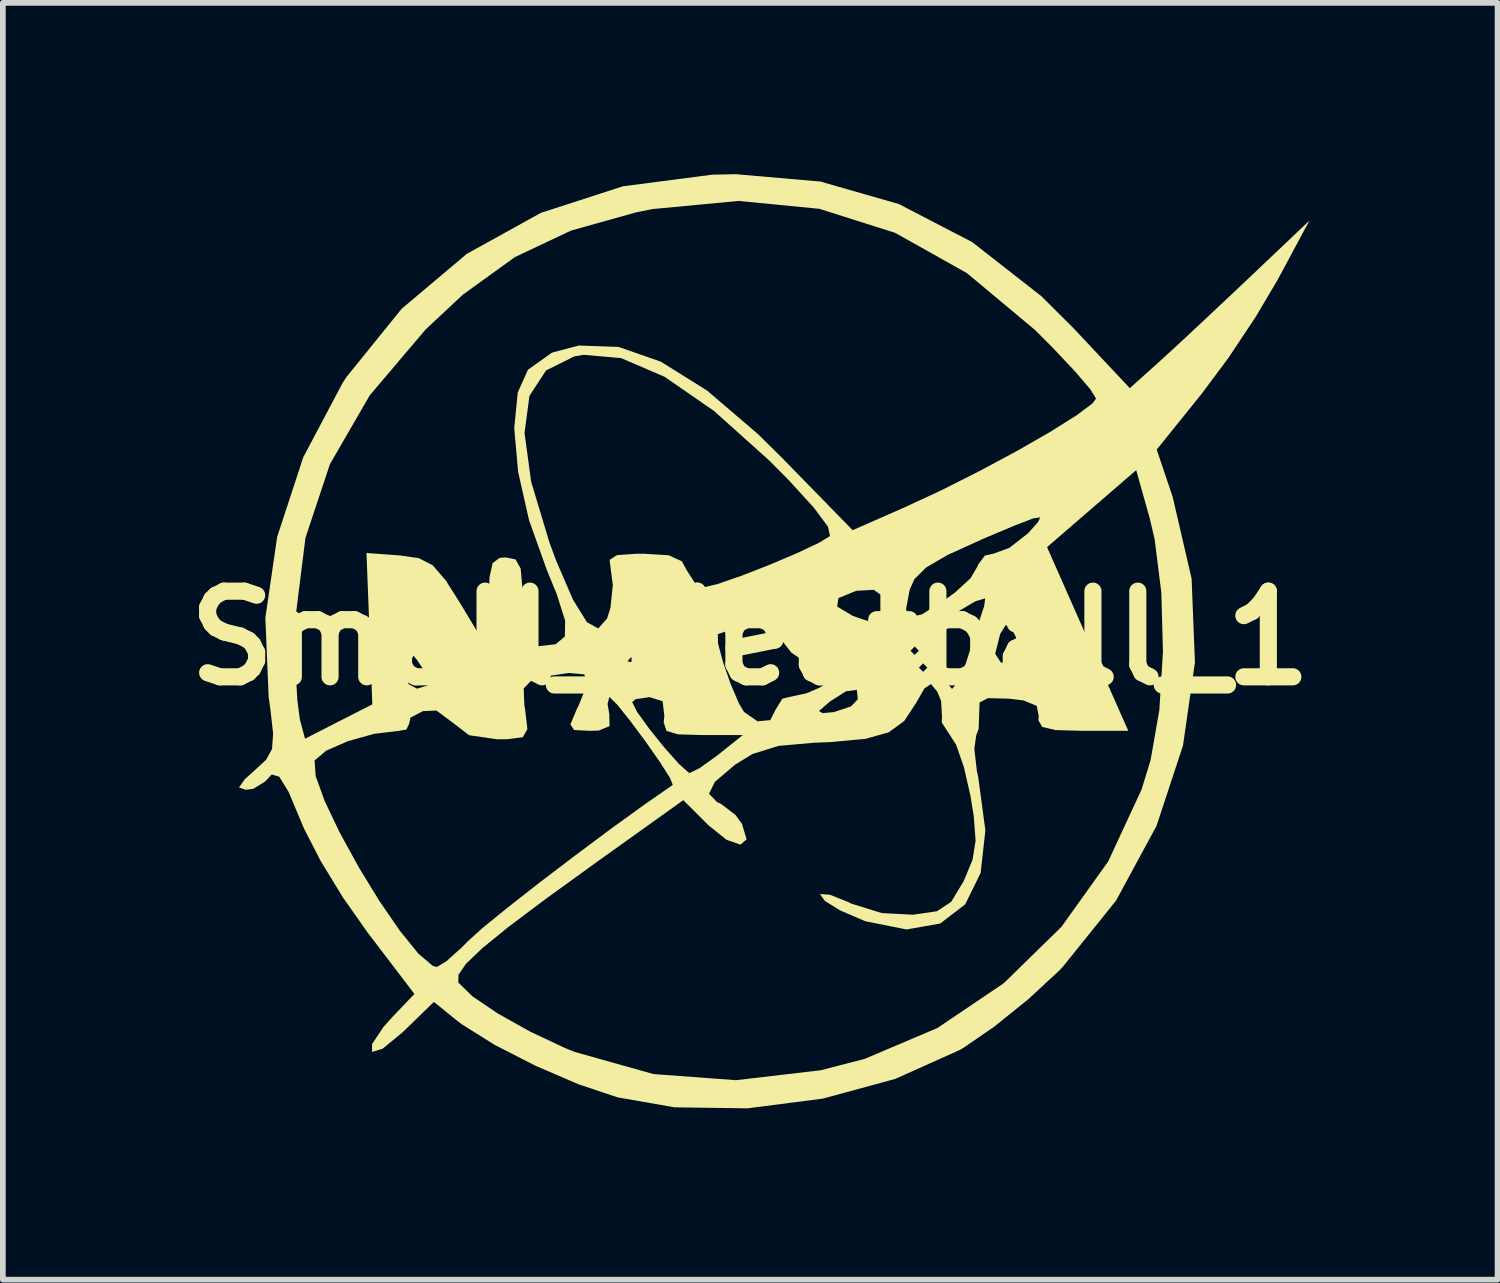
<source format=kicad_pcb>
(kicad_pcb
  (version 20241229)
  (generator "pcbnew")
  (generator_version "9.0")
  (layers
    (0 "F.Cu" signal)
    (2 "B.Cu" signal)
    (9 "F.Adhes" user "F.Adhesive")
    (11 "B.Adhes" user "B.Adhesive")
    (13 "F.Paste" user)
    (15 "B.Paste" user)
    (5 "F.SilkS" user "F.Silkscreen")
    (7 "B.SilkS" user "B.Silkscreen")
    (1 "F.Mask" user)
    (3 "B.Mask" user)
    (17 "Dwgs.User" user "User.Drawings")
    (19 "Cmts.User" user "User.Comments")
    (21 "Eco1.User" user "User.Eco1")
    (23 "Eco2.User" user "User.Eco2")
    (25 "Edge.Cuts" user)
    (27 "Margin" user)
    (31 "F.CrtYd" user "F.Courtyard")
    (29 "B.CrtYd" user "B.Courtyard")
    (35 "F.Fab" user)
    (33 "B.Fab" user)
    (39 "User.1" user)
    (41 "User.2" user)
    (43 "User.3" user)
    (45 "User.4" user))
  (footprint "Small_Meatball_1"
    (layer "F.Cu")
    (at 10.086 8.122)
    (property "Reference" "Small_Meatball_1" (at 0 0 0) (layer "F.SilkS") (effects (font (size 1.5 1.5) (thickness 0.3))))
    (attr board_only exclude_from_pos_files exclude_from_bom)
    (fp_poly (pts (xy 1.229 -7.993) (xy 2.603 -7.599) (xy 3.886 -6.933) (xy 5.095 -5.988) (xy 5.649 -5.437) (xy 6.646 -4.376) (xy 7.126 -4.806) (xy 7.444 -5.097) (xy 7.901 -5.523) (xy 8.422 -6.012) (xy 8.698 -6.273) (xy 9.791 -7.31) (xy 9.236 -6.276) (xy 8.851 -5.625) (xy 8.373 -4.907) (xy 7.904 -4.277) (xy 7.899 -4.271) (xy 7.117 -3.3) (xy 7.396 -2.474) (xy 7.728 -1.04) (xy 7.786 0.426) (xy 7.577 1.883) (xy 7.114 3.287) (xy 6.405 4.597) (xy 5.462 5.769) (xy 5.41 5.822) (xy 4.868 6.324) (xy 4.272 6.804) (xy 3.737 7.172) (xy 3.67 7.211) (xy 2.539 7.719) (xy 1.269 8.064) (xy -0.049 8.234) (xy -1.326 8.216) (xy -2.322 8.042) (xy -3.006 7.813) (xy -3.761 7.488) (xy -4.478 7.121) (xy -5.049 6.763) (xy -5.169 6.671) (xy -5.538 6.37) (xy -6.092 6.907) (xy -6.437 7.19) (xy -6.621 7.247) (xy -6.622 7.109) (xy -6.421 6.808) (xy -6.262 6.631) (xy -5.88 6.231) (xy -6.036 6.026) (xy -5.112 6.026) (xy -5.105 6.038) (xy -4.864 6.273) (xy -4.424 6.571) (xy -3.862 6.886) (xy -3.254 7.173) (xy -3.072 7.247) (xy -1.694 7.634) (xy -0.249 7.741) (xy 1.235 7.567) (xy 2.004 7.368) (xy 3.276 6.828) (xy 4.438 6.044) (xy 5.448 5.057) (xy 6.267 3.912) (xy 6.853 2.649) (xy 7.01 2.136) (xy 7.163 1.26) (xy 7.226 0.243) (xy 7.198 -0.794) (xy 7.081 -1.728) (xy 6.997 -2.088) (xy 6.758 -2.94) (xy 5.977 -2.266) (xy 5.197 -1.592) (xy 5.908 0.016) (xy 6.619 1.624) (xy 5.813 1.624) (xy 5.347 1.611) (xy 5.113 1.556) (xy 5.045 1.438) (xy 5.051 1.366) (xy 5.015 1.186) (xy 4.784 1.092) (xy 4.53 1.061) (xy 4.163 1.052) (xy 4.016 1.127) (xy 4.01 1.283) (xy 3.999 1.593) (xy 3.956 1.706) (xy 3.924 1.939) (xy 3.968 2.326) (xy 3.993 2.445) (xy 4.117 3.367) (xy 4.034 4.112) (xy 3.764 4.662) (xy 3.326 4.998) (xy 2.736 5.102) (xy 2.015 4.958) (xy 1.574 4.768) (xy 1.307 4.603) (xy 1.224 4.488) (xy 1.228 4.482) (xy 1.394 4.494) (xy 1.706 4.618) (xy 1.767 4.649) (xy 2.303 4.815) (xy 2.851 4.844) (xy 3.269 4.783) (xy 3.519 4.618) (xy 3.731 4.265) (xy 3.744 4.24) (xy 3.892 3.883) (xy 3.946 3.547) (xy 3.913 3.115) (xy 3.856 2.763) (xy 3.741 2.259) (xy 3.605 1.869) (xy 3.496 1.698) (xy 3.353 1.478) (xy 3.357 1.372) (xy 3.342 1.102) (xy 3.276 0.94) (xy 3.165 0.805) (xy 3.049 0.882) (xy 2.898 1.146) (xy 2.695 1.453) (xy 2.425 1.65) (xy 2.02 1.764) (xy 1.413 1.821) (xy 1.123 1.832) (xy 0.495 1.888) (xy 0.041 2.029) (xy -0.262 2.214) (xy -0.619 2.517) (xy -0.722 2.726) (xy -0.581 2.872) (xy -0.513 2.902) (xy -0.256 3.099) (xy -0.143 3.257) (xy -0.064 3.525) (xy -0.172 3.617) (xy -0.415 3.532) (xy -0.735 3.275) (xy -1.172 2.838) (xy -2.69 3.923) (xy -3.572 4.561) (xy -4.232 5.056) (xy -4.692 5.43) (xy -4.976 5.702) (xy -5.108 5.894) (xy -5.112 6.026) (xy -6.036 6.026) (xy -6.707 5.146) (xy -7.131 4.542) (xy -7.523 3.9) (xy -7.812 3.337) (xy -7.865 3.212) (xy -8.083 2.693) (xy -8.246 2.428) (xy -8.379 2.388) (xy -8.491 2.51) (xy -8.702 2.64) (xy -8.832 2.657) (xy -8.951 2.616) (xy -8.848 2.468) (xy -8.687 2.325) (xy -8.495 2.148) (xy -7.628 2.148) (xy -7.609 2.416) (xy -7.451 2.854) (xy -7.189 3.403) (xy -6.859 4.005) (xy -6.496 4.599) (xy -6.134 5.126) (xy -5.81 5.526) (xy -5.559 5.739) (xy -5.488 5.759) (xy -5.323 5.661) (xy -5.049 5.415) (xy -4.938 5.302) (xy -4.69 5.079) (xy -4.259 4.728) (xy -3.702 4.291) (xy -3.075 3.814) (xy -2.437 3.338) (xy -1.842 2.908) (xy -1.356 2.571) (xy -1.406 2.447) (xy -1.584 2.167) (xy -1.834 1.81) (xy -2.101 1.451) (xy -2.328 1.167) (xy -2.372 1.123) (xy -2.067 1.123) (xy -1.981 1.293) (xy -1.769 1.587) (xy -1.502 1.919) (xy -1.248 2.204) (xy -1.079 2.355) (xy -1.058 2.362) (xy -0.888 2.278) (xy -0.598 2.071) (xy -0.545 2.03) (xy -0.13 1.698) (xy -0.84 1.698) (xy -1.266 1.686) (xy -1.467 1.624) (xy -1.515 1.478) (xy -1.504 1.366) (xy -1.534 1.106) (xy -1.762 1.034) (xy -1.763 1.034) (xy -2.008 1.07) (xy -2.067 1.123) (xy -2.372 1.123) (xy -2.46 1.036) (xy -2.468 1.034) (xy -2.498 1.153) (xy -2.468 1.329) (xy -2.463 1.542) (xy -2.651 1.619) (xy -2.808 1.624) (xy -3.083 1.61) (xy -3.149 1.513) (xy -3.04 1.251) (xy -3.001 1.172) (xy -2.855 0.81) (xy -2.906 0.635) (xy -3.184 0.611) (xy -3.481 0.657) (xy -3.833 0.743) (xy -3.967 0.883) (xy -3.955 1.174) (xy -3.94 1.265) (xy -3.902 1.593) (xy -3.982 1.736) (xy -4.254 1.771) (xy -4.431 1.772) (xy -4.923 1.701) (xy -5.206 1.483) (xy -5.494 1.269) (xy -5.73 1.279) (xy -5.949 1.392) (xy -5.97 1.494) (xy -6.02 1.602) (xy -6.157 1.625) (xy -6.586 1.677) (xy -7.044 1.805) (xy -7.426 1.972) (xy -7.625 2.141) (xy -7.628 2.148) (xy -8.495 2.148) (xy -8.478 2.132) (xy -8.373 1.943) (xy -8.354 1.67) (xy -8.405 1.221) (xy -8.432 1.035) (xy -8.475 0) (xy -7.971 0) (xy -7.959 0.588) (xy -7.929 1.096) (xy -7.886 1.421) (xy -7.883 1.435) (xy -7.795 1.762) (xy -7.206 1.461) (xy -6.617 1.161) (xy -6.643 0.489) (xy -6.055 0.489) (xy -5.982 0.807) (xy -5.833 0.886) (xy -5.639 0.826) (xy -5.616 0.775) (xy -5.7 0.583) (xy -5.818 0.408) (xy -2.151 0.408) (xy -2.006 0.431) (xy -1.814 0.404) (xy -1.812 0.354) (xy -2.01 0.319) (xy -2.095 0.342) (xy -2.151 0.408) (xy -5.818 0.408) (xy -5.838 0.378) (xy -5.994 0.194) (xy -6.049 0.257) (xy -6.055 0.489) (xy -6.643 0.489) (xy -6.668 -0.165) (xy -6.719 -1.49) (xy -6.137 -1.447) (xy -5.802 -1.399) (xy -5.56 -1.275) (xy -5.332 -1.011) (xy -5.067 -0.591) (xy -4.579 0.222) (xy -4.579 -0.596) (xy -4.565 -1.067) (xy -4.51 -1.313) (xy -4.388 -1.404) (xy -4.283 -1.413) (xy -4.109 -1.377) (xy -4.02 -1.219) (xy -3.989 -0.87) (xy -3.987 -0.633) (xy -3.971 -0.169) (xy -3.906 0.068) (xy -3.772 0.144) (xy -3.729 0.145) (xy -3.407 0.108) (xy -3.246 -0.027) (xy -3.245 -0.066) (xy -0.568 -0.066) (xy -0.564 0.095) (xy -0.477 0.42) (xy -0.343 0.804) (xy -0.2 1.14) (xy -0.11 1.292) (xy 0.127 1.457) (xy 0.351 1.437) (xy 0.432 1.277) (xy 1.204 1.277) (xy 1.268 1.315) (xy 1.465 1.296) (xy 1.764 1.197) (xy 1.884 1.071) (xy 1.866 0.906) (xy 1.674 0.933) (xy 1.394 1.112) (xy 1.204 1.277) (xy 0.432 1.277) (xy 0.443 1.255) (xy 0.562 1.062) (xy 0.674 1.034) (xy 0.987 0.966) (xy 1.211 0.87) (xy 1.397 0.752) (xy 1.371 0.653) (xy 1.122 0.517) (xy 2.953 0.517) (xy 3.027 0.591) (xy 3.101 0.517) (xy 3.027 0.443) (xy 2.953 0.517) (xy 1.122 0.517) (xy 1.106 0.508) (xy 1.058 0.485) (xy 0.717 0.252) (xy 0.694 0.222) (xy 2.806 0.222) (xy 2.88 0.295) (xy 2.953 0.222) (xy 2.88 0.148) (xy 2.806 0.222) (xy 0.694 0.222) (xy 0.614 0.119) (xy 3.147 0.119) (xy 3.241 0.423) (xy 3.398 0.735) (xy 3.528 0.884) (xy 3.539 0.886) (xy 3.642 0.759) (xy 3.776 0.438) (xy 3.827 0.28) (xy 3.829 0.274) (xy 4.289 0.274) (xy 4.386 0.426) (xy 4.504 0.443) (xy 4.699 0.344) (xy 4.723 0.258) (xy 4.647 -0.028) (xy 4.596 -0.123) (xy 4.475 -0.231) (xy 4.377 -0.074) (xy 4.289 0.274) (xy 3.829 0.274) (xy 3.961 -0.153) (xy 4.072 -0.489) (xy 4.094 -0.549) (xy 4.114 -0.695) (xy 3.951 -0.647) (xy 3.899 -0.619) (xy 3.433 -0.341) (xy 3.197 -0.118) (xy 3.147 0.119) (xy 0.614 0.119) (xy 0.514 -0.01) (xy 0.509 -0.025) (xy 0.39 -0.217) (xy 0.148 -0.248) (xy -0.05 -0.213) (xy -0.386 -0.131) (xy -0.565 -0.069) (xy -0.568 -0.066) (xy -3.245 -0.066) (xy -3.241 -0.304) (xy -3.387 -0.767) (xy -3.562 -1.193) (xy -3.872 -2.061) (xy -4.064 -2.909) (xy -4.125 -3.592) (xy -3.952 -3.592) (xy -3.836 -2.738) (xy -3.516 -1.674) (xy -3.4 -1.36) (xy -3.105 -0.675) (xy -2.86 -0.279) (xy -2.662 -0.168) (xy -2.507 -0.342) (xy -2.447 -0.529) (xy -2.445 -0.551) (xy 1.523 -0.551) (xy 1.794 -0.389) (xy 1.957 -0.332) (xy 2.375 -0.205) (xy 2.584 -0.169) (xy 2.651 -0.217) (xy 2.653 -0.258) (xy 2.569 -0.452) (xy 2.536 -0.502) (xy 2.727 -0.502) (xy 2.791 -0.359) (xy 3.01 -0.417) (xy 3.414 -0.674) (xy 3.581 -0.794) (xy 3.858 -1.048) (xy 3.986 -1.268) (xy 3.987 -1.283) (xy 4.109 -1.445) (xy 4.257 -1.477) (xy 4.536 -1.579) (xy 4.855 -1.827) (xy 4.881 -1.854) (xy 5.04 -2.031) (xy 5.077 -2.113) (xy 4.953 -2.095) (xy 4.633 -1.972) (xy 4.078 -1.738) (xy 4.065 -1.732) (xy 3.461 -1.458) (xy 3.083 -1.238) (xy 2.875 -1.033) (xy 2.792 -0.847) (xy 2.727 -0.502) (xy 2.536 -0.502) (xy 2.439 -0.646) (xy 2.163 -0.845) (xy 1.853 -0.827) (xy 1.542 -0.699) (xy 1.523 -0.551) (xy -2.445 -0.551) (xy -2.406 -0.931) (xy -2.441 -1.194) (xy -2.462 -1.368) (xy -2.335 -1.452) (xy -1.995 -1.476) (xy -1.866 -1.477) (xy -1.429 -1.45) (xy -1.199 -1.346) (xy -1.108 -1.181) (xy -0.954 -0.942) (xy -0.828 -0.886) (xy -0.583 -0.943) (xy -0.164 -1.087) (xy 0.337 -1.282) (xy 0.827 -1.49) (xy 1.214 -1.674) (xy 1.397 -1.787) (xy 1.361 -1.95) (xy 1.115 -2.282) (xy 0.675 -2.764) (xy 0.334 -3.108) (xy -0.636 -3.978) (xy -1.5 -4.575) (xy -2.261 -4.902) (xy -2.922 -4.96) (xy -3.082 -4.931) (xy -3.576 -4.685) (xy -3.866 -4.24) (xy -3.952 -3.592) (xy -4.125 -3.592) (xy -4.132 -3.675) (xy -4.071 -4.299) (xy -3.892 -4.698) (xy -3.473 -4.997) (xy -3.003 -5.122) (xy -2.306 -5.098) (xy -1.564 -4.839) (xy -0.756 -4.334) (xy 0.137 -3.57) (xy 0.559 -3.153) (xy 1.793 -1.889) (xy 2.705 -2.29) (xy 3.347 -2.588) (xy 4.021 -2.928) (xy 4.675 -3.279) (xy 5.257 -3.613) (xy 5.713 -3.9) (xy 5.993 -4.109) (xy 6.055 -4.193) (xy 5.955 -4.355) (xy 5.687 -4.669) (xy 5.295 -5.085) (xy 4.983 -5.397) (xy 3.794 -6.39) (xy 2.538 -7.095) (xy 1.209 -7.516) (xy -0.203 -7.654) (xy -1.705 -7.512) (xy -1.991 -7.456) (xy -3.137 -7.135) (xy -4.12 -6.671) (xy -5.033 -6.012) (xy -5.685 -5.402) (xy -6.662 -4.25) (xy -7.359 -3.045) (xy -7.788 -1.754) (xy -7.964 -0.346) (xy -7.971 0) (xy -8.475 0) (xy -8.49 -0.352) (xy -8.283 -1.772) (xy -7.826 -3.166) (xy -7.134 -4.473) (xy -7.071 -4.569) (xy -6.103 -5.766) (xy -4.963 -6.727) (xy -3.666 -7.445) (xy -2.23 -7.91) (xy -0.672 -8.113) (xy -0.253 -8.122)) (stroke (width 0) (type solid)) (fill yes) (layer "F.SilkS")))
  (gr_rect
    (start -3 -3)
    (end 23.171 19.356)
    (stroke (width 0.1) (type default))
    (fill no)
    (layer "Edge.Cuts")))
</source>
